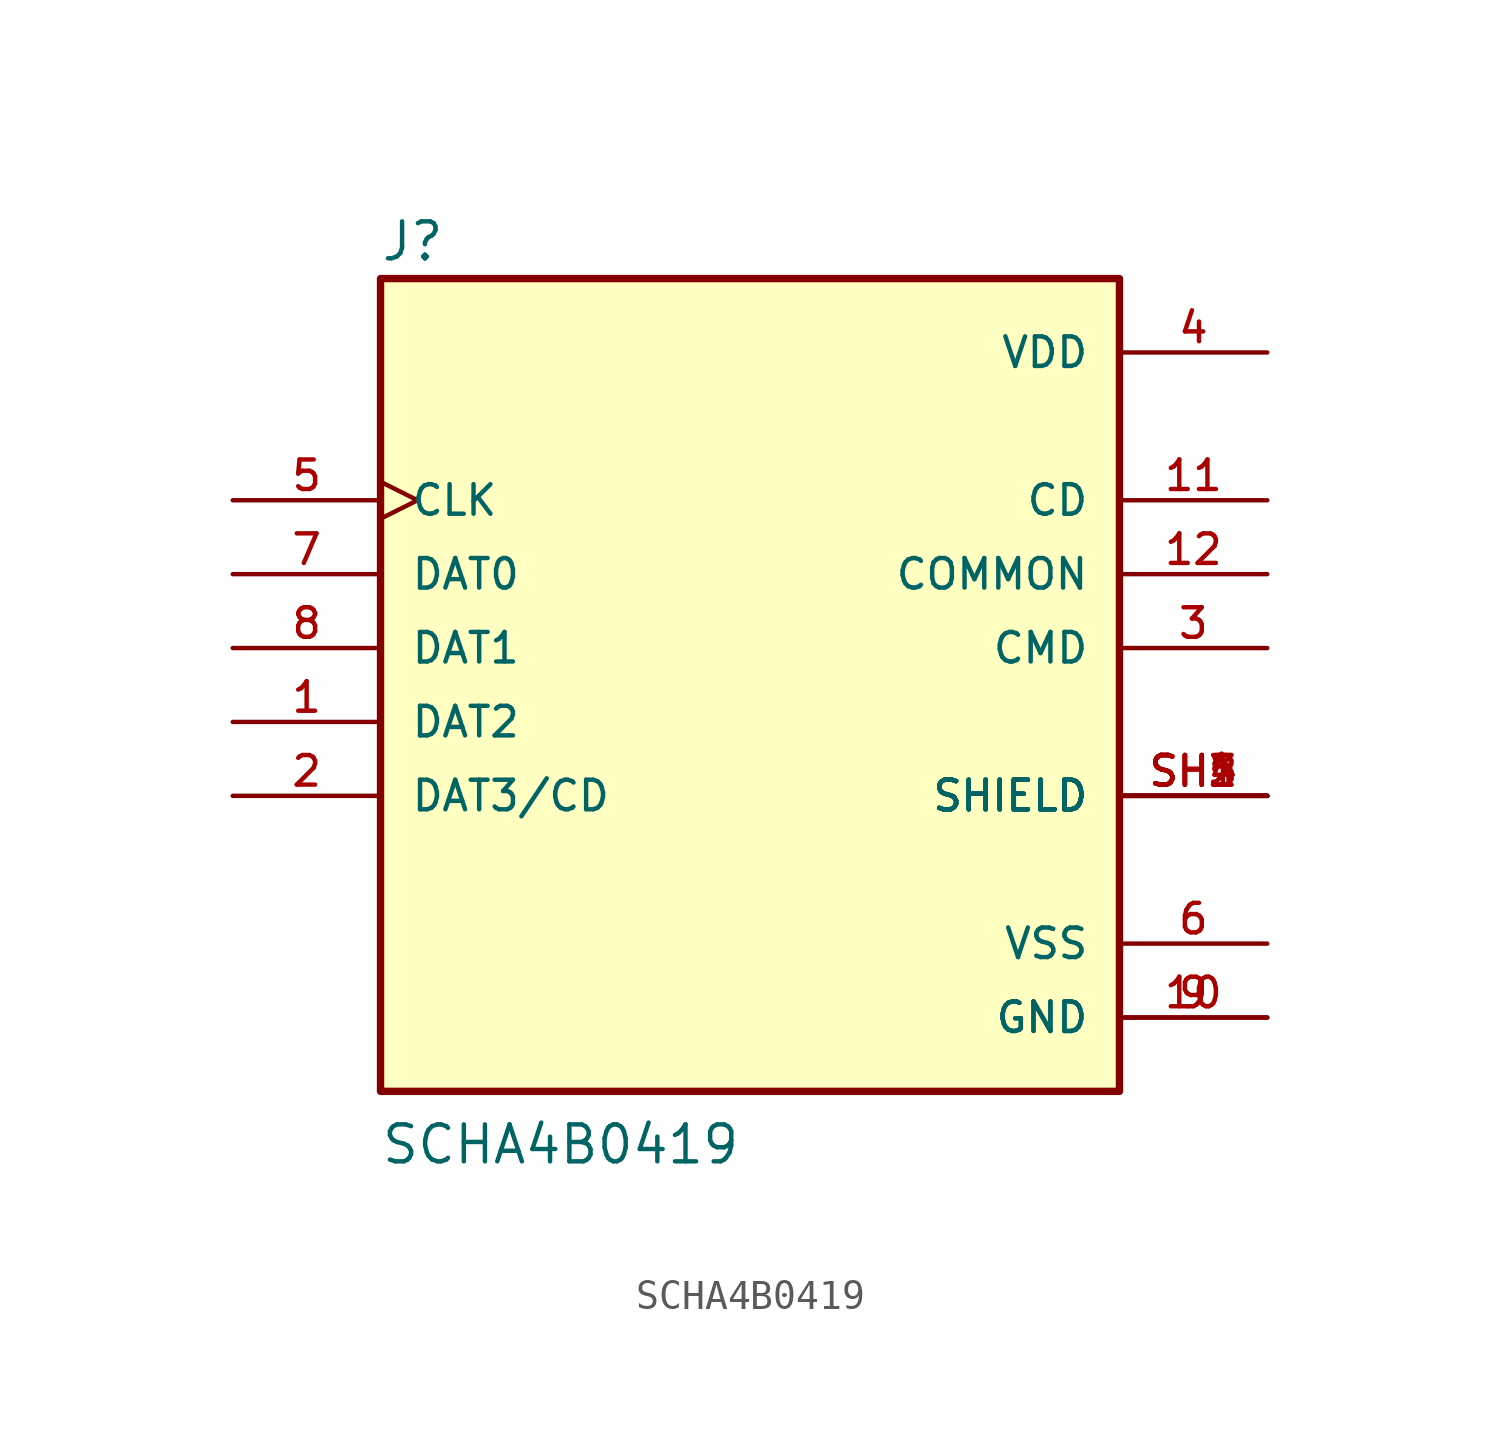
<source format=kicad_sym>
(kicad_symbol_lib
  (version 20220914)
  (generator kicad_symbol_editor)
  (symbol "SCHA4B0419"
    (pin_names
      (offset 1.016))
    (property "Reference" "J"
      (at -12.725 13.234 0)
      (effects (font (size 1.27 1.27)) (justify left bottom)))
    (property "Value" "SCHA4B0419"
      (at -12.719 -17.807 0)
      (effects (font (size 1.27 1.27)) (justify left bottom)))
    (symbol "SCHA4B0419_0_0"
      (rectangle (start -12.7 -15.24) (end 12.7 12.7) (stroke (width 0.254) (type default)) (fill (type background)))
      (pin bidirectional line (at -17.78 -2.54 0) (length 5.08) (name "DAT2" (effects (font (size 1.016 1.016)))) (number "1" (effects (font (size 1.016 1.016)))))
      (pin power_in line (at 17.78 -12.7 180) (length 5.08) (name "GND" (effects (font (size 1.016 1.016)))) (number "10" (effects (font (size 1.016 1.016)))))
      (pin bidirectional line (at 17.78 5.08 180) (length 5.08) (name "CD" (effects (font (size 1.016 1.016)))) (number "11" (effects (font (size 1.016 1.016)))))
      (pin bidirectional line (at 17.78 2.54 180) (length 5.08) (name "COMMON" (effects (font (size 1.016 1.016)))) (number "12" (effects (font (size 1.016 1.016)))))
      (pin bidirectional line (at -17.78 -5.08 0) (length 5.08) (name "DAT3/CD" (effects (font (size 1.016 1.016)))) (number "2" (effects (font (size 1.016 1.016)))))
      (pin bidirectional line (at 17.78 0 180) (length 5.08) (name "CMD" (effects (font (size 1.016 1.016)))) (number "3" (effects (font (size 1.016 1.016)))))
      (pin power_in line (at 17.78 10.16 180) (length 5.08) (name "VDD" (effects (font (size 1.016 1.016)))) (number "4" (effects (font (size 1.016 1.016)))))
      (pin bidirectional clock (at -17.78 5.08 0) (length 5.08) (name "CLK" (effects (font (size 1.016 1.016)))) (number "5" (effects (font (size 1.016 1.016)))))
      (pin power_in line (at 17.78 -10.16 180) (length 5.08) (name "VSS" (effects (font (size 1.016 1.016)))) (number "6" (effects (font (size 1.016 1.016)))))
      (pin bidirectional line (at -17.78 2.54 0) (length 5.08) (name "DAT0" (effects (font (size 1.016 1.016)))) (number "7" (effects (font (size 1.016 1.016)))))
      (pin bidirectional line (at -17.78 0 0) (length 5.08) (name "DAT1" (effects (font (size 1.016 1.016)))) (number "8" (effects (font (size 1.016 1.016)))))
      (pin power_in line (at 17.78 -12.7 180) (length 5.08) (name "GND" (effects (font (size 1.016 1.016)))) (number "9" (effects (font (size 1.016 1.016)))))
      (pin passive line (at 17.78 -5.08 180) (length 5.08) (name "SHIELD" (effects (font (size 1.016 1.016)))) (number "SH1" (effects (font (size 1.016 1.016)))))
      (pin passive line (at 17.78 -5.08 180) (length 5.08) (name "SHIELD" (effects (font (size 1.016 1.016)))) (number "SH2" (effects (font (size 1.016 1.016)))))
      (pin passive line (at 17.78 -5.08 180) (length 5.08) (name "SHIELD" (effects (font (size 1.016 1.016)))) (number "SH3" (effects (font (size 1.016 1.016)))))
      (pin passive line (at 17.78 -5.08 180) (length 5.08) (name "SHIELD" (effects (font (size 1.016 1.016)))) (number "SH4" (effects (font (size 1.016 1.016)))))
      (pin passive line (at 17.78 -5.08 180) (length 5.08) (name "SHIELD" (effects (font (size 1.016 1.016)))) (number "SH5" (effects (font (size 1.016 1.016))))))))
</source>
